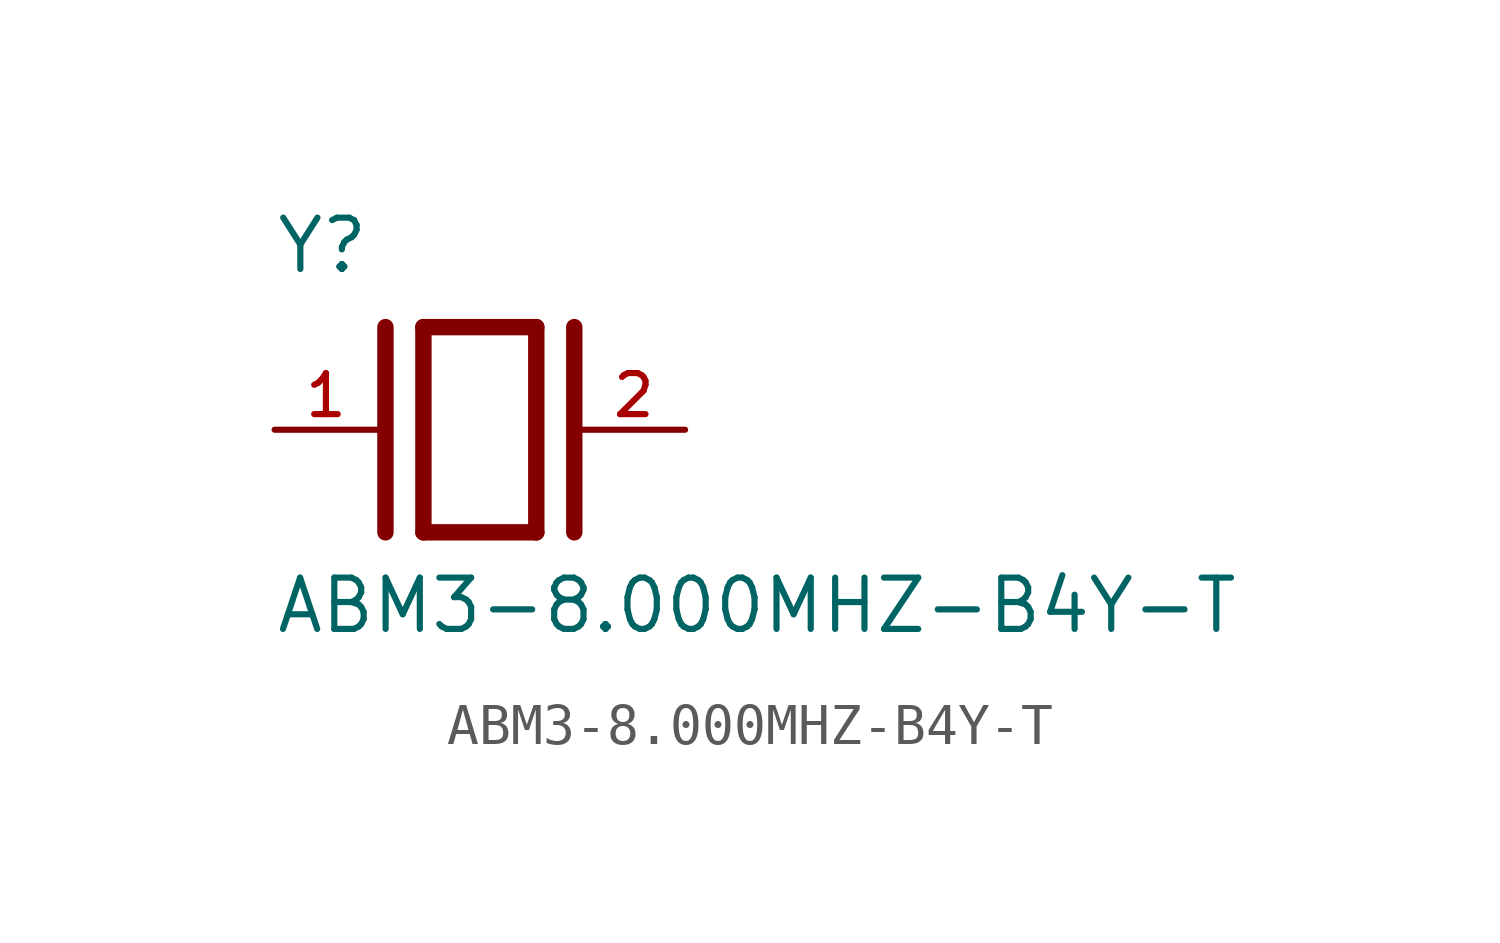
<source format=kicad_sym>
(kicad_symbol_lib
  (version 20211014)
  (generator kicad_symbol_editor)
  (symbol "ABM3-8.000MHZ-B4Y-T"
    (pin_names
      (offset 1.016))
    (property "Reference" "Y"
      (at -5.088 3.816 0)
      (effects (font (size 1.27 1.27)) (justify bottom left)))
    (property "Value" "ABM3-8.000MHZ-B4Y-T"
      (at -5.094 -5.094 0)
      (effects (font (size 1.27 1.27)) (justify bottom left)))
    (symbol "ABM3-8.000MHZ-B4Y-T_0_0"
      (polyline (pts (xy -1.397 2.54) (xy 1.397 2.54)) (stroke (width 0.406)))
      (polyline (pts (xy 1.397 2.54) (xy 1.397 -2.54)) (stroke (width 0.406)))
      (polyline (pts (xy 1.397 -2.54) (xy -1.397 -2.54)) (stroke (width 0.406)))
      (polyline (pts (xy -1.397 2.54) (xy -1.397 -2.54)) (stroke (width 0.406)))
      (polyline (pts (xy 2.337 2.54) (xy 2.337 -2.54)) (stroke (width 0.406)))
      (polyline (pts (xy -2.337 2.54) (xy -2.337 -2.54)) (stroke (width 0.406)))
      (pin passive line (at 5.08 0.0 180.0) (length 2.54) (name "~" (effects (font (size 1.016 1.016)))) (number "2" (effects (font (size 1.016 1.016)))))
      (pin passive line (at -5.08 0.0 0) (length 2.54) (name "~" (effects (font (size 1.016 1.016)))) (number "1" (effects (font (size 1.016 1.016))))))))
</source>
